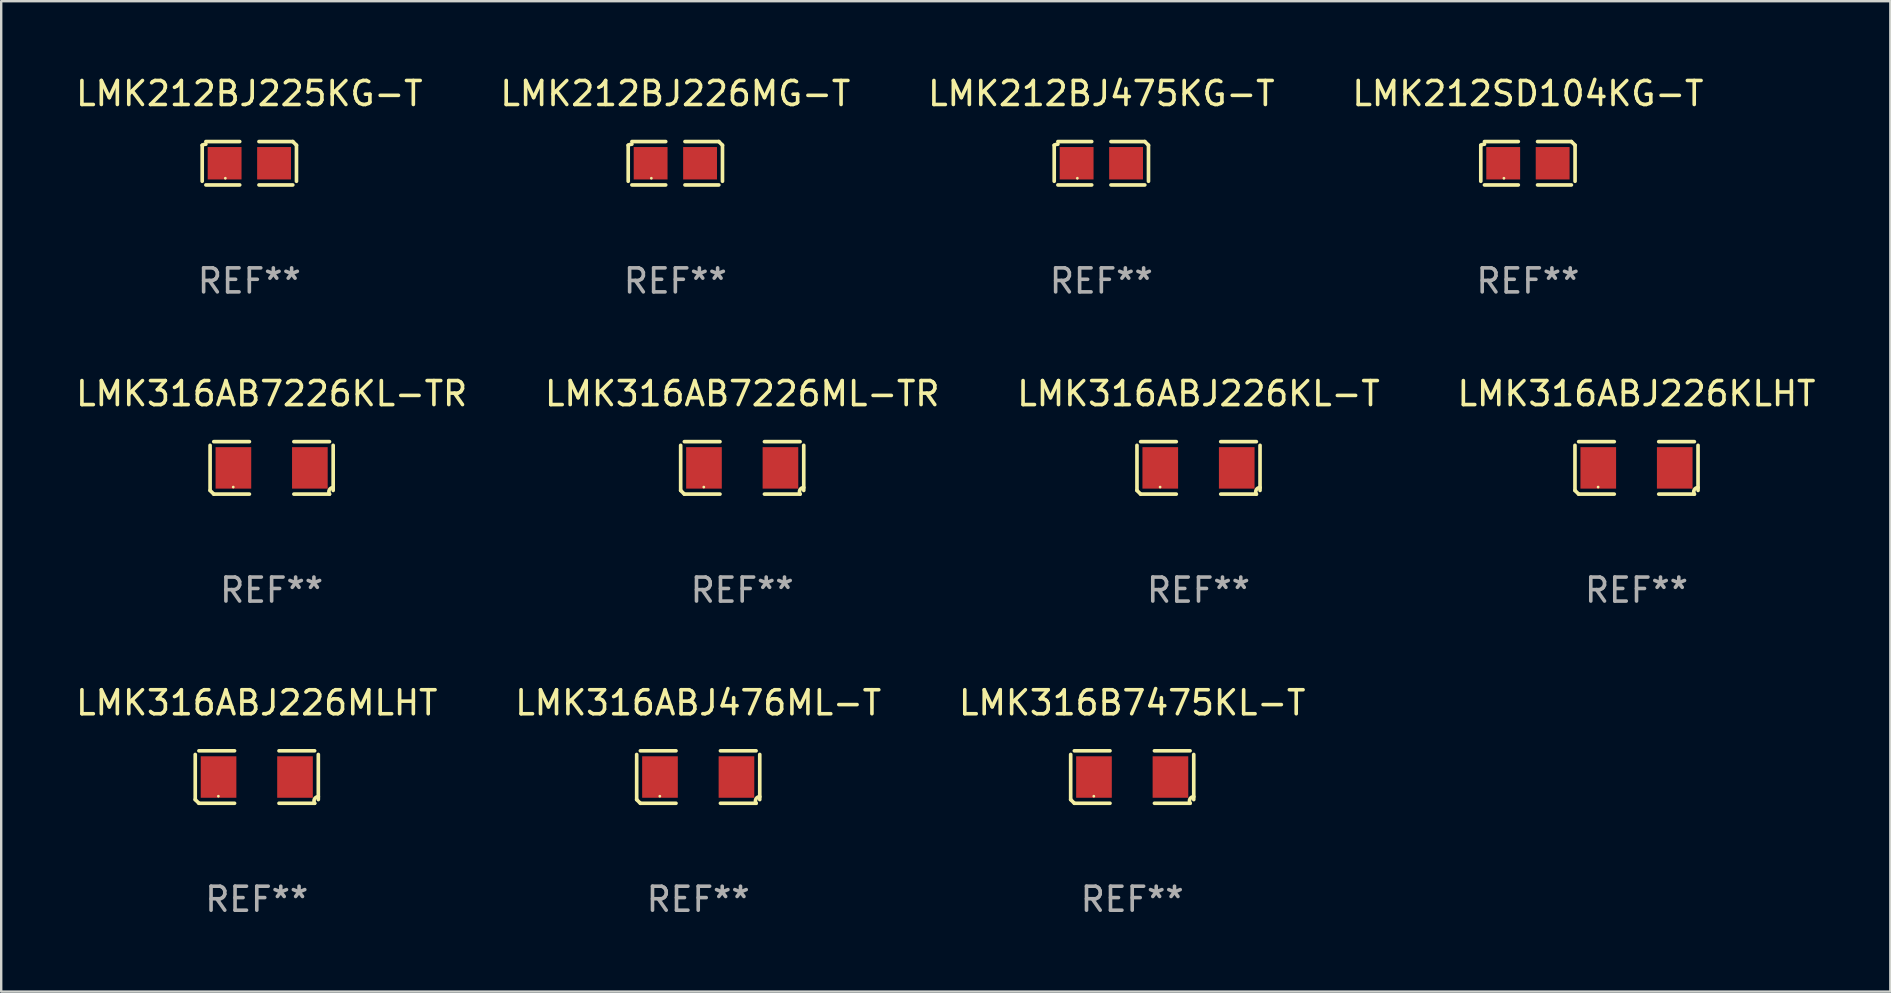
<source format=kicad_pcb>
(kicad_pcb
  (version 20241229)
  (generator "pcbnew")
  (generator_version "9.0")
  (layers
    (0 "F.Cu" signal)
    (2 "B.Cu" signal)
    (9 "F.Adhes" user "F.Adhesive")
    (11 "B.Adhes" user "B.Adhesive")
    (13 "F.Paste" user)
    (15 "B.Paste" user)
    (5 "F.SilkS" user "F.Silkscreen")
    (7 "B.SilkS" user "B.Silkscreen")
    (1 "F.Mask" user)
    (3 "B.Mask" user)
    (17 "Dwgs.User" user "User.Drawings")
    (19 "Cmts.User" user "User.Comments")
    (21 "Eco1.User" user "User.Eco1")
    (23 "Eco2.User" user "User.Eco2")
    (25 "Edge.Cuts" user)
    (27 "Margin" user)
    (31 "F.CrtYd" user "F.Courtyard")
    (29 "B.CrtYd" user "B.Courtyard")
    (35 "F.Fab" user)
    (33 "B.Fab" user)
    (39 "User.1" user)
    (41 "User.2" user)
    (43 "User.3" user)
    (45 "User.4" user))
  (footprint "LMK316AB7226ML-TR"
    (layer "F.Cu")
    (at 27.875 16.445)
    (property "Reference" "LMK316AB7226ML-TR" (at 0 -3.093 0) (layer "F.SilkS") (effects (font (size 1 1) (thickness 0.15))))
    (attr through_hole)
    (fp_line (start -2.564 0.94) (end -2.564 -0.94) (stroke (width 0.152) (type solid)) (layer "F.SilkS"))
    (fp_line (start -2.411 -1.093) (end -0.926 -1.093) (stroke (width 0.152) (type solid)) (layer "F.SilkS"))
    (fp_line (start -0.926 1.093) (end -2.411 1.093) (stroke (width 0.152) (type solid)) (layer "F.SilkS"))
    (fp_line (start 0.926 1.093) (end 2.411 1.093) (stroke (width 0.152) (type solid)) (layer "F.SilkS"))
    (fp_line (start 2.411 -1.093) (end 0.926 -1.093) (stroke (width 0.152) (type solid)) (layer "F.SilkS"))
    (fp_line (start 2.564 0.94) (end 2.564 -0.94) (stroke (width 0.152) (type solid)) (layer "F.SilkS"))
    (fp_arc (start -2.411201 1.092609) (mid -2.487413 1.01642) (end -2.563602 0.940208) (stroke (width 0.1524) (type solid)) (layer "F.SilkS"))
    (fp_arc (start 2.411201 1.092609) (mid 2.407159 0.911226) (end 2.563602 0.819347) (stroke (width 0.1524) (type solid)) (layer "F.SilkS"))
    (fp_circle (center -1.6 0.8) (end -1.57 0.8) (stroke (width 0.06) (type solid)) (fill no) (layer "F.SilkS"))
    (fp_text user "REF**" (at 0 5.093 0) (layer "F.Fab") (effects (font (size 1 1) (thickness 0.15))))
    (pad "1" smd rect (at -1.593 0) (size 1.485 1.728) (layers "F.Cu" "F.Mask" "F.Paste"))
    (pad "2" smd rect (at 1.593 0) (size 1.485 1.728) (layers "F.Cu" "F.Mask" "F.Paste")))
  (footprint "LMK316ABJ226MLHT"
    (layer "F.Cu")
    (at 7.649 29.326)
    (property "Reference" "LMK316ABJ226MLHT" (at 0 -3.093 0) (layer "F.SilkS") (effects (font (size 1 1) (thickness 0.15))))
    (attr through_hole)
    (fp_line (start -2.564 0.94) (end -2.564 -0.94) (stroke (width 0.152) (type solid)) (layer "F.SilkS"))
    (fp_line (start -2.411 -1.093) (end -0.926 -1.093) (stroke (width 0.152) (type solid)) (layer "F.SilkS"))
    (fp_line (start -0.926 1.093) (end -2.411 1.093) (stroke (width 0.152) (type solid)) (layer "F.SilkS"))
    (fp_line (start 0.926 1.093) (end 2.411 1.093) (stroke (width 0.152) (type solid)) (layer "F.SilkS"))
    (fp_line (start 2.411 -1.093) (end 0.926 -1.093) (stroke (width 0.152) (type solid)) (layer "F.SilkS"))
    (fp_line (start 2.564 0.94) (end 2.564 -0.94) (stroke (width 0.152) (type solid)) (layer "F.SilkS"))
    (fp_arc (start -2.411201 1.092609) (mid -2.487413 1.01642) (end -2.563602 0.940208) (stroke (width 0.1524) (type solid)) (layer "F.SilkS"))
    (fp_arc (start 2.411201 1.092609) (mid 2.407159 0.911226) (end 2.563602 0.819347) (stroke (width 0.1524) (type solid)) (layer "F.SilkS"))
    (fp_circle (center -1.6 0.8) (end -1.57 0.8) (stroke (width 0.06) (type solid)) (fill no) (layer "F.SilkS"))
    (fp_text user "REF**" (at 0 5.093 0) (layer "F.Fab") (effects (font (size 1 1) (thickness 0.15))))
    (pad "1" smd rect (at -1.593 0) (size 1.485 1.728) (layers "F.Cu" "F.Mask" "F.Paste"))
    (pad "2" smd rect (at 1.593 0) (size 1.485 1.728) (layers "F.Cu" "F.Mask" "F.Paste")))
  (footprint "LMK212BJ475KG-T"
    (layer "F.Cu")
    (at 42.839 3.752)
    (property "Reference" "LMK212BJ475KG-T" (at 0 -2.904 0) (layer "F.SilkS") (effects (font (size 1 1) (thickness 0.15))))
    (attr through_hole)
    (fp_line (start -1.964 0.751) (end -1.964 -0.751) (stroke (width 0.152) (type solid)) (layer "F.SilkS"))
    (fp_line (start -1.811 -0.904) (end -0.401 -0.904) (stroke (width 0.152) (type solid)) (layer "F.SilkS"))
    (fp_line (start -0.401 0.904) (end -1.811 0.904) (stroke (width 0.152) (type solid)) (layer "F.SilkS"))
    (fp_line (start 0.401 0.904) (end 1.811 0.904) (stroke (width 0.152) (type solid)) (layer "F.SilkS"))
    (fp_line (start 1.811 -0.904) (end 0.401 -0.904) (stroke (width 0.152) (type solid)) (layer "F.SilkS"))
    (fp_line (start 1.964 0.751) (end 1.964 -0.751) (stroke (width 0.152) (type solid)) (layer "F.SilkS"))
    (fp_arc (start -1.963602 -0.751207) (mid -1.890354 -0.783131) (end -1.811201 -0.794044) (stroke (width 0.1524) (type solid)) (layer "F.SilkS"))
    (fp_arc (start 1.811202 -0.903607) (mid 1.887413 -0.827418) (end 1.963602 -0.751207) (stroke (width 0.1524) (type solid)) (layer "F.SilkS"))
    (fp_circle (center -1 0.625) (end -0.97 0.625) (stroke (width 0.06) (type solid)) (fill no) (layer "F.SilkS"))
    (fp_text user "REF**" (at 0 4.904 0) (layer "F.Fab") (effects (font (size 1 1) (thickness 0.15))))
    (pad "1" smd rect (at -1.03 0) (size 1.41 1.35) (layers "F.Cu" "F.Mask" "F.Paste"))
    (pad "2" smd rect (at 1.03 0) (size 1.41 1.35) (layers "F.Cu" "F.Mask" "F.Paste")))
  (footprint "LMK316AB7226KL-TR"
    (layer "F.Cu")
    (at 8.268 16.445)
    (property "Reference" "LMK316AB7226KL-TR" (at 0 -3.093 0) (layer "F.SilkS") (effects (font (size 1 1) (thickness 0.15))))
    (attr through_hole)
    (fp_line (start -2.564 0.94) (end -2.564 -0.94) (stroke (width 0.152) (type solid)) (layer "F.SilkS"))
    (fp_line (start -2.411 -1.093) (end -0.926 -1.093) (stroke (width 0.152) (type solid)) (layer "F.SilkS"))
    (fp_line (start -0.926 1.093) (end -2.411 1.093) (stroke (width 0.152) (type solid)) (layer "F.SilkS"))
    (fp_line (start 0.926 1.093) (end 2.411 1.093) (stroke (width 0.152) (type solid)) (layer "F.SilkS"))
    (fp_line (start 2.411 -1.093) (end 0.926 -1.093) (stroke (width 0.152) (type solid)) (layer "F.SilkS"))
    (fp_line (start 2.564 0.94) (end 2.564 -0.94) (stroke (width 0.152) (type solid)) (layer "F.SilkS"))
    (fp_arc (start -2.411201 1.092609) (mid -2.487413 1.01642) (end -2.563602 0.940208) (stroke (width 0.1524) (type solid)) (layer "F.SilkS"))
    (fp_arc (start 2.411201 1.092609) (mid 2.407159 0.911226) (end 2.563602 0.819347) (stroke (width 0.1524) (type solid)) (layer "F.SilkS"))
    (fp_circle (center -1.6 0.8) (end -1.57 0.8) (stroke (width 0.06) (type solid)) (fill no) (layer "F.SilkS"))
    (fp_text user "REF**" (at 0 5.093 0) (layer "F.Fab") (effects (font (size 1 1) (thickness 0.15))))
    (pad "1" smd rect (at -1.593 0) (size 1.485 1.728) (layers "F.Cu" "F.Mask" "F.Paste"))
    (pad "2" smd rect (at 1.593 0) (size 1.485 1.728) (layers "F.Cu" "F.Mask" "F.Paste")))
  (footprint "LMK212BJ225KG-T"
    (layer "F.Cu")
    (at 7.339 3.752)
    (property "Reference" "LMK212BJ225KG-T" (at 0 -2.904 0) (layer "F.SilkS") (effects (font (size 1 1) (thickness 0.15))))
    (attr through_hole)
    (fp_line (start -1.964 0.751) (end -1.964 -0.751) (stroke (width 0.152) (type solid)) (layer "F.SilkS"))
    (fp_line (start -1.811 -0.904) (end -0.401 -0.904) (stroke (width 0.152) (type solid)) (layer "F.SilkS"))
    (fp_line (start -0.401 0.904) (end -1.811 0.904) (stroke (width 0.152) (type solid)) (layer "F.SilkS"))
    (fp_line (start 0.401 0.904) (end 1.811 0.904) (stroke (width 0.152) (type solid)) (layer "F.SilkS"))
    (fp_line (start 1.811 -0.904) (end 0.401 -0.904) (stroke (width 0.152) (type solid)) (layer "F.SilkS"))
    (fp_line (start 1.964 0.751) (end 1.964 -0.751) (stroke (width 0.152) (type solid)) (layer "F.SilkS"))
    (fp_arc (start -1.963602 -0.751207) (mid -1.890354 -0.783131) (end -1.811201 -0.794044) (stroke (width 0.1524) (type solid)) (layer "F.SilkS"))
    (fp_arc (start 1.811202 -0.903607) (mid 1.887413 -0.827418) (end 1.963602 -0.751207) (stroke (width 0.1524) (type solid)) (layer "F.SilkS"))
    (fp_circle (center -1 0.625) (end -0.97 0.625) (stroke (width 0.06) (type solid)) (fill no) (layer "F.SilkS"))
    (fp_text user "REF**" (at 0 4.904 0) (layer "F.Fab") (effects (font (size 1 1) (thickness 0.15))))
    (pad "1" smd rect (at -1.03 0) (size 1.41 1.35) (layers "F.Cu" "F.Mask" "F.Paste"))
    (pad "2" smd rect (at 1.03 0) (size 1.41 1.35) (layers "F.Cu" "F.Mask" "F.Paste")))
  (footprint "LMK212BJ226MG-T"
    (layer "F.Cu")
    (at 25.089 3.752)
    (property "Reference" "LMK212BJ226MG-T" (at 0 -2.904 0) (layer "F.SilkS") (effects (font (size 1 1) (thickness 0.15))))
    (attr through_hole)
    (fp_line (start -1.964 0.751) (end -1.964 -0.751) (stroke (width 0.152) (type solid)) (layer "F.SilkS"))
    (fp_line (start -1.811 -0.904) (end -0.401 -0.904) (stroke (width 0.152) (type solid)) (layer "F.SilkS"))
    (fp_line (start -0.401 0.904) (end -1.811 0.904) (stroke (width 0.152) (type solid)) (layer "F.SilkS"))
    (fp_line (start 0.401 0.904) (end 1.811 0.904) (stroke (width 0.152) (type solid)) (layer "F.SilkS"))
    (fp_line (start 1.811 -0.904) (end 0.401 -0.904) (stroke (width 0.152) (type solid)) (layer "F.SilkS"))
    (fp_line (start 1.964 0.751) (end 1.964 -0.751) (stroke (width 0.152) (type solid)) (layer "F.SilkS"))
    (fp_arc (start -1.963602 -0.751207) (mid -1.890354 -0.783131) (end -1.811201 -0.794044) (stroke (width 0.1524) (type solid)) (layer "F.SilkS"))
    (fp_arc (start 1.811202 -0.903607) (mid 1.887413 -0.827418) (end 1.963602 -0.751207) (stroke (width 0.1524) (type solid)) (layer "F.SilkS"))
    (fp_circle (center -1 0.625) (end -0.97 0.625) (stroke (width 0.06) (type solid)) (fill no) (layer "F.SilkS"))
    (fp_text user "REF**" (at 0 4.904 0) (layer "F.Fab") (effects (font (size 1 1) (thickness 0.15))))
    (pad "1" smd rect (at -1.03 0) (size 1.41 1.35) (layers "F.Cu" "F.Mask" "F.Paste"))
    (pad "2" smd rect (at 1.03 0) (size 1.41 1.35) (layers "F.Cu" "F.Mask" "F.Paste")))
  (footprint "LMK316B7475KL-T"
    (layer "F.Cu")
    (at 44.125 29.326)
    (property "Reference" "LMK316B7475KL-T" (at 0 -3.093 0) (layer "F.SilkS") (effects (font (size 1 1) (thickness 0.15))))
    (attr through_hole)
    (fp_line (start -2.564 0.94) (end -2.564 -0.94) (stroke (width 0.152) (type solid)) (layer "F.SilkS"))
    (fp_line (start -2.411 -1.093) (end -0.926 -1.093) (stroke (width 0.152) (type solid)) (layer "F.SilkS"))
    (fp_line (start -0.926 1.093) (end -2.411 1.093) (stroke (width 0.152) (type solid)) (layer "F.SilkS"))
    (fp_line (start 0.926 1.093) (end 2.411 1.093) (stroke (width 0.152) (type solid)) (layer "F.SilkS"))
    (fp_line (start 2.411 -1.093) (end 0.926 -1.093) (stroke (width 0.152) (type solid)) (layer "F.SilkS"))
    (fp_line (start 2.564 0.94) (end 2.564 -0.94) (stroke (width 0.152) (type solid)) (layer "F.SilkS"))
    (fp_arc (start -2.411201 1.092609) (mid -2.487413 1.01642) (end -2.563602 0.940208) (stroke (width 0.1524) (type solid)) (layer "F.SilkS"))
    (fp_arc (start 2.411201 1.092609) (mid 2.407159 0.911226) (end 2.563602 0.819347) (stroke (width 0.1524) (type solid)) (layer "F.SilkS"))
    (fp_circle (center -1.6 0.8) (end -1.57 0.8) (stroke (width 0.06) (type solid)) (fill no) (layer "F.SilkS"))
    (fp_text user "REF**" (at 0 5.093 0) (layer "F.Fab") (effects (font (size 1 1) (thickness 0.15))))
    (pad "1" smd rect (at -1.593 0) (size 1.485 1.728) (layers "F.Cu" "F.Mask" "F.Paste"))
    (pad "2" smd rect (at 1.593 0) (size 1.485 1.728) (layers "F.Cu" "F.Mask" "F.Paste")))
  (footprint "LMK316ABJ226KL-T"
    (layer "F.Cu")
    (at 46.887 16.445)
    (property "Reference" "LMK316ABJ226KL-T" (at 0 -3.093 0) (layer "F.SilkS") (effects (font (size 1 1) (thickness 0.15))))
    (attr through_hole)
    (fp_line (start -2.564 0.94) (end -2.564 -0.94) (stroke (width 0.152) (type solid)) (layer "F.SilkS"))
    (fp_line (start -2.411 -1.093) (end -0.926 -1.093) (stroke (width 0.152) (type solid)) (layer "F.SilkS"))
    (fp_line (start -0.926 1.093) (end -2.411 1.093) (stroke (width 0.152) (type solid)) (layer "F.SilkS"))
    (fp_line (start 0.926 1.093) (end 2.411 1.093) (stroke (width 0.152) (type solid)) (layer "F.SilkS"))
    (fp_line (start 2.411 -1.093) (end 0.926 -1.093) (stroke (width 0.152) (type solid)) (layer "F.SilkS"))
    (fp_line (start 2.564 0.94) (end 2.564 -0.94) (stroke (width 0.152) (type solid)) (layer "F.SilkS"))
    (fp_arc (start -2.411201 1.092609) (mid -2.487413 1.01642) (end -2.563602 0.940208) (stroke (width 0.1524) (type solid)) (layer "F.SilkS"))
    (fp_arc (start 2.411201 1.092609) (mid 2.407159 0.911226) (end 2.563602 0.819347) (stroke (width 0.1524) (type solid)) (layer "F.SilkS"))
    (fp_circle (center -1.6 0.8) (end -1.57 0.8) (stroke (width 0.06) (type solid)) (fill no) (layer "F.SilkS"))
    (fp_text user "REF**" (at 0 5.093 0) (layer "F.Fab") (effects (font (size 1 1) (thickness 0.15))))
    (pad "1" smd rect (at -1.593 0) (size 1.485 1.728) (layers "F.Cu" "F.Mask" "F.Paste"))
    (pad "2" smd rect (at 1.593 0) (size 1.485 1.728) (layers "F.Cu" "F.Mask" "F.Paste")))
  (footprint "LMK316ABJ476ML-T"
    (layer "F.Cu")
    (at 26.042 29.326)
    (property "Reference" "LMK316ABJ476ML-T" (at 0 -3.093 0) (layer "F.SilkS") (effects (font (size 1 1) (thickness 0.15))))
    (attr through_hole)
    (fp_line (start -2.564 0.94) (end -2.564 -0.94) (stroke (width 0.152) (type solid)) (layer "F.SilkS"))
    (fp_line (start -2.411 -1.093) (end -0.926 -1.093) (stroke (width 0.152) (type solid)) (layer "F.SilkS"))
    (fp_line (start -0.926 1.093) (end -2.411 1.093) (stroke (width 0.152) (type solid)) (layer "F.SilkS"))
    (fp_line (start 0.926 1.093) (end 2.411 1.093) (stroke (width 0.152) (type solid)) (layer "F.SilkS"))
    (fp_line (start 2.411 -1.093) (end 0.926 -1.093) (stroke (width 0.152) (type solid)) (layer "F.SilkS"))
    (fp_line (start 2.564 0.94) (end 2.564 -0.94) (stroke (width 0.152) (type solid)) (layer "F.SilkS"))
    (fp_arc (start -2.411201 1.092609) (mid -2.487413 1.01642) (end -2.563602 0.940208) (stroke (width 0.1524) (type solid)) (layer "F.SilkS"))
    (fp_arc (start 2.411201 1.092609) (mid 2.407159 0.911226) (end 2.563602 0.819347) (stroke (width 0.1524) (type solid)) (layer "F.SilkS"))
    (fp_circle (center -1.6 0.8) (end -1.57 0.8) (stroke (width 0.06) (type solid)) (fill no) (layer "F.SilkS"))
    (fp_text user "REF**" (at 0 5.093 0) (layer "F.Fab") (effects (font (size 1 1) (thickness 0.15))))
    (pad "1" smd rect (at -1.593 0) (size 1.485 1.728) (layers "F.Cu" "F.Mask" "F.Paste"))
    (pad "2" smd rect (at 1.593 0) (size 1.485 1.728) (layers "F.Cu" "F.Mask" "F.Paste")))
  (footprint "LMK212SD104KG-T"
    (layer "F.Cu")
    (at 60.613 3.752)
    (property "Reference" "LMK212SD104KG-T" (at 0 -2.904 0) (layer "F.SilkS") (effects (font (size 1 1) (thickness 0.15))))
    (attr through_hole)
    (fp_line (start -1.964 0.751) (end -1.964 -0.751) (stroke (width 0.152) (type solid)) (layer "F.SilkS"))
    (fp_line (start -1.811 -0.904) (end -0.401 -0.904) (stroke (width 0.152) (type solid)) (layer "F.SilkS"))
    (fp_line (start -0.401 0.904) (end -1.811 0.904) (stroke (width 0.152) (type solid)) (layer "F.SilkS"))
    (fp_line (start 0.401 0.904) (end 1.811 0.904) (stroke (width 0.152) (type solid)) (layer "F.SilkS"))
    (fp_line (start 1.811 -0.904) (end 0.401 -0.904) (stroke (width 0.152) (type solid)) (layer "F.SilkS"))
    (fp_line (start 1.964 0.751) (end 1.964 -0.751) (stroke (width 0.152) (type solid)) (layer "F.SilkS"))
    (fp_arc (start -1.963602 -0.751207) (mid -1.890354 -0.783131) (end -1.811201 -0.794044) (stroke (width 0.1524) (type solid)) (layer "F.SilkS"))
    (fp_arc (start 1.811202 -0.903607) (mid 1.887413 -0.827418) (end 1.963602 -0.751207) (stroke (width 0.1524) (type solid)) (layer "F.SilkS"))
    (fp_circle (center -1 0.625) (end -0.97 0.625) (stroke (width 0.06) (type solid)) (fill no) (layer "F.SilkS"))
    (fp_text user "REF**" (at 0 4.904 0) (layer "F.Fab") (effects (font (size 1 1) (thickness 0.15))))
    (pad "1" smd rect (at -1.03 0) (size 1.41 1.35) (layers "F.Cu" "F.Mask" "F.Paste"))
    (pad "2" smd rect (at 1.03 0) (size 1.41 1.35) (layers "F.Cu" "F.Mask" "F.Paste")))
  (footprint "LMK316ABJ226KLHT"
    (layer "F.Cu")
    (at 65.137 16.445)
    (property "Reference" "LMK316ABJ226KLHT" (at 0 -3.093 0) (layer "F.SilkS") (effects (font (size 1 1) (thickness 0.15))))
    (attr through_hole)
    (fp_line (start -2.564 0.94) (end -2.564 -0.94) (stroke (width 0.152) (type solid)) (layer "F.SilkS"))
    (fp_line (start -2.411 -1.093) (end -0.926 -1.093) (stroke (width 0.152) (type solid)) (layer "F.SilkS"))
    (fp_line (start -0.926 1.093) (end -2.411 1.093) (stroke (width 0.152) (type solid)) (layer "F.SilkS"))
    (fp_line (start 0.926 1.093) (end 2.411 1.093) (stroke (width 0.152) (type solid)) (layer "F.SilkS"))
    (fp_line (start 2.411 -1.093) (end 0.926 -1.093) (stroke (width 0.152) (type solid)) (layer "F.SilkS"))
    (fp_line (start 2.564 0.94) (end 2.564 -0.94) (stroke (width 0.152) (type solid)) (layer "F.SilkS"))
    (fp_arc (start -2.411201 1.092609) (mid -2.487413 1.01642) (end -2.563602 0.940208) (stroke (width 0.1524) (type solid)) (layer "F.SilkS"))
    (fp_arc (start 2.411201 1.092609) (mid 2.407159 0.911226) (end 2.563602 0.819347) (stroke (width 0.1524) (type solid)) (layer "F.SilkS"))
    (fp_circle (center -1.6 0.8) (end -1.57 0.8) (stroke (width 0.06) (type solid)) (fill no) (layer "F.SilkS"))
    (fp_text user "REF**" (at 0 5.093 0) (layer "F.Fab") (effects (font (size 1 1) (thickness 0.15))))
    (pad "1" smd rect (at -1.593 0) (size 1.485 1.728) (layers "F.Cu" "F.Mask" "F.Paste"))
    (pad "2" smd rect (at 1.593 0) (size 1.485 1.728) (layers "F.Cu" "F.Mask" "F.Paste")))
  (gr_rect
    (start -3 -3)
    (end 75.714 38.267)
    (stroke (width 0.1) (type default))
    (fill no)
    (layer "Edge.Cuts")))
</source>
